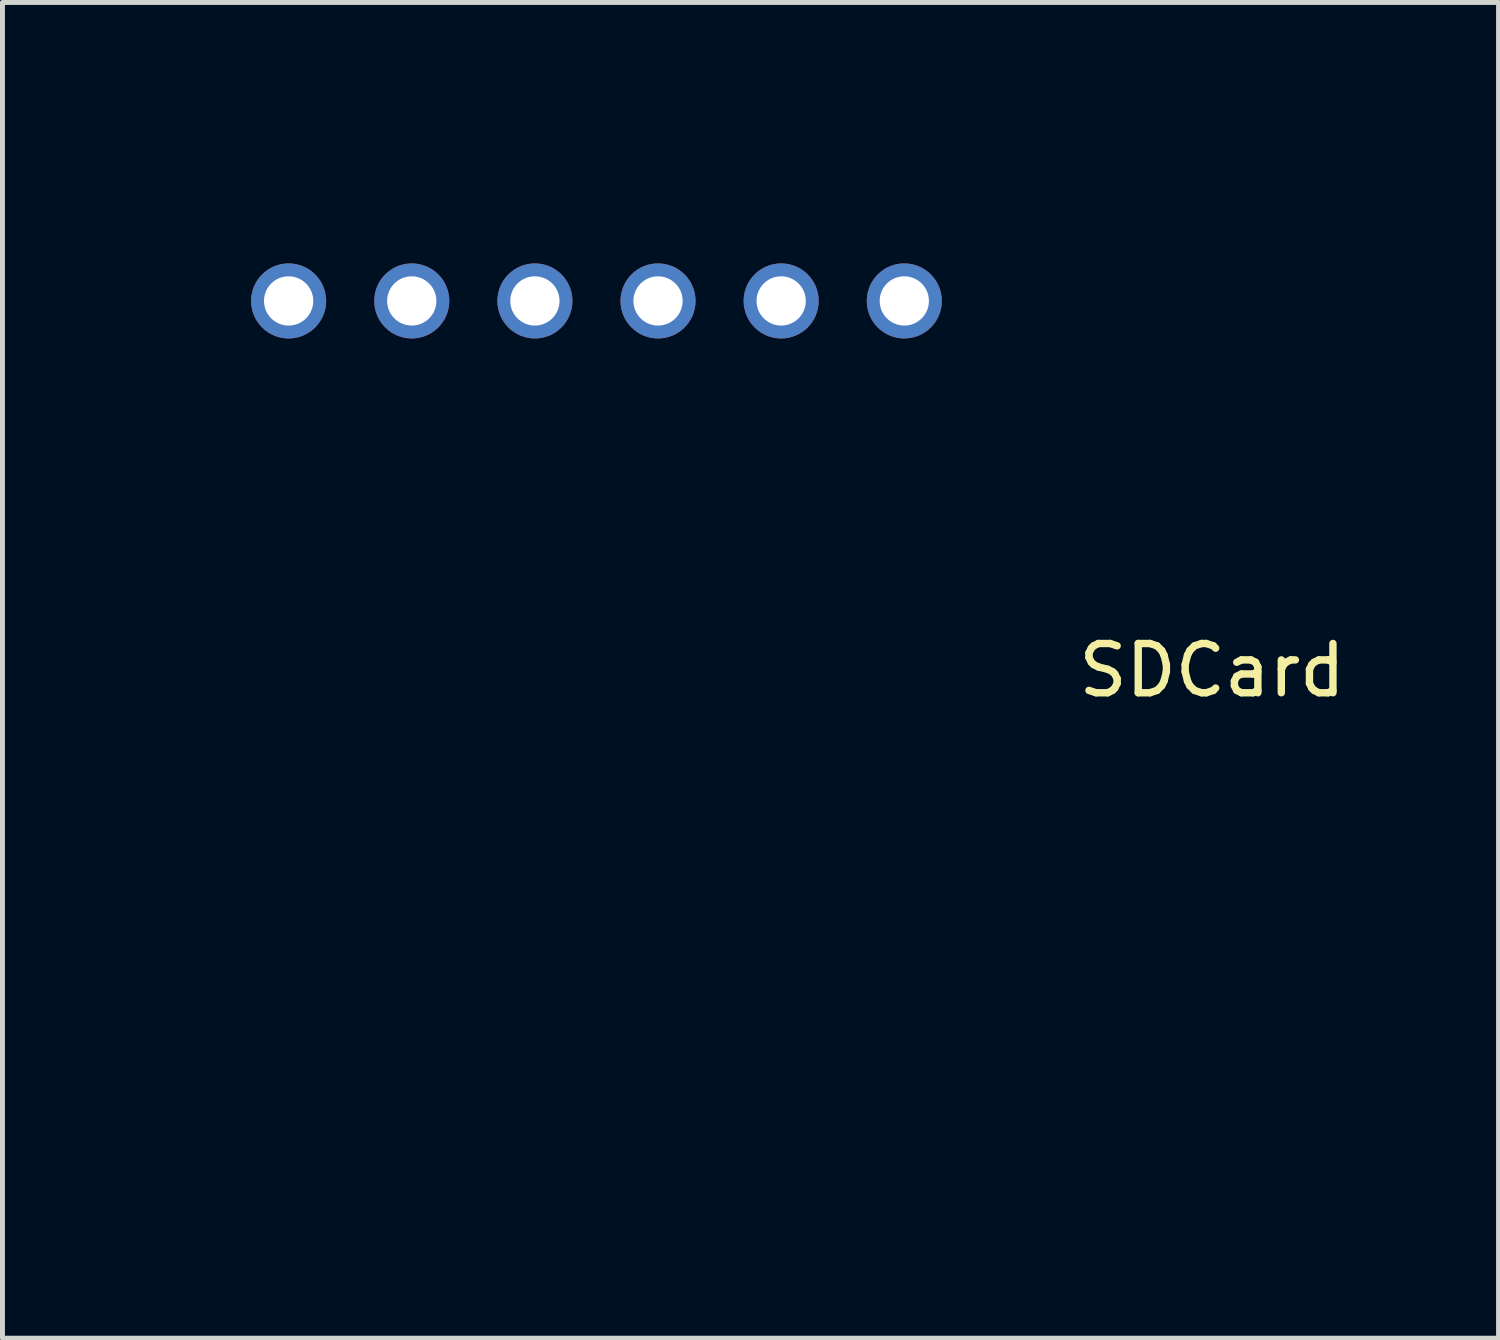
<source format=kicad_pcb>
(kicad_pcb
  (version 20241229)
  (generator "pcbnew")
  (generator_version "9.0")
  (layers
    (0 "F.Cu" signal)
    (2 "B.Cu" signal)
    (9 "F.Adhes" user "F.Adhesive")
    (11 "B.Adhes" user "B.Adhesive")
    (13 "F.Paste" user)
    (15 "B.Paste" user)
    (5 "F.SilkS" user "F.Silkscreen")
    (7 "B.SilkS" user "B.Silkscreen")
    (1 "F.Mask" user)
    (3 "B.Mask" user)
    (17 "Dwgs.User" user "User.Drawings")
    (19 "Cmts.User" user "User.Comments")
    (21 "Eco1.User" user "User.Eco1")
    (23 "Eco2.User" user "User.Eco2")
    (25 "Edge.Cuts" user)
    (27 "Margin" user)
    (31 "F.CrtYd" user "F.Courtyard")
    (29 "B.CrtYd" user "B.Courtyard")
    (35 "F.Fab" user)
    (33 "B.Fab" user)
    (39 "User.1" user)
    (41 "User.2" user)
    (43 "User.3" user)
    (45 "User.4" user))
  (footprint "SDCard"
    (layer "F.Cu")
    (at 15.06 8.06)
    (property "Reference" "SDCard" (at 6.5 2.5 0) (layer "F.SilkS") (effects (font (size 1 1) (thickness 0.15))))
    (attr through_hole)
    (fp_line (start -15 -8) (end 3 -8) (stroke (width 0.12) (type solid)) (layer "B.Paste"))
    (fp_line (start -15 13) (end -15 -8) (stroke (width 0.12) (type solid)) (layer "B.Paste"))
    (fp_line (start -14 13) (end -15 13) (stroke (width 0.12) (type solid)) (layer "B.Paste"))
    (fp_line (start -14 13) (end 2 13) (stroke (width 0.12) (type solid)) (layer "B.Paste"))
    (fp_line (start 3 -8) (end 3 13) (stroke (width 0.12) (type solid)) (layer "B.Paste"))
    (fp_line (start 3 13) (end 2 13) (stroke (width 0.12) (type solid)) (layer "B.Paste"))
    (pad "1" thru_hole circle (at -12.25 -5) (size 1.524 1.524) (drill 1) (layers "*.Cu" "*.Mask"))
    (pad "2" thru_hole circle (at -9.75 -5) (size 1.524 1.524) (drill 1) (layers "*.Cu" "*.Mask"))
    (pad "3" thru_hole circle (at -7.25 -5) (size 1.524 1.524) (drill 1) (layers "*.Cu" "*.Mask"))
    (pad "4" thru_hole circle (at -4.75 -5) (size 1.524 1.524) (drill 1) (layers "*.Cu" "*.Mask"))
    (pad "5" thru_hole circle (at -2.25 -5) (size 1.524 1.524) (drill 1) (layers "*.Cu" "*.Mask"))
    (pad "6" thru_hole circle (at 0.25 -5) (size 1.524 1.524) (drill 1) (layers "*.Cu" "*.Mask")))
  (gr_rect
    (start -3 -3)
    (end 27.375 24.12)
    (stroke (width 0.1) (type default))
    (fill no)
    (layer "Edge.Cuts")))
</source>
